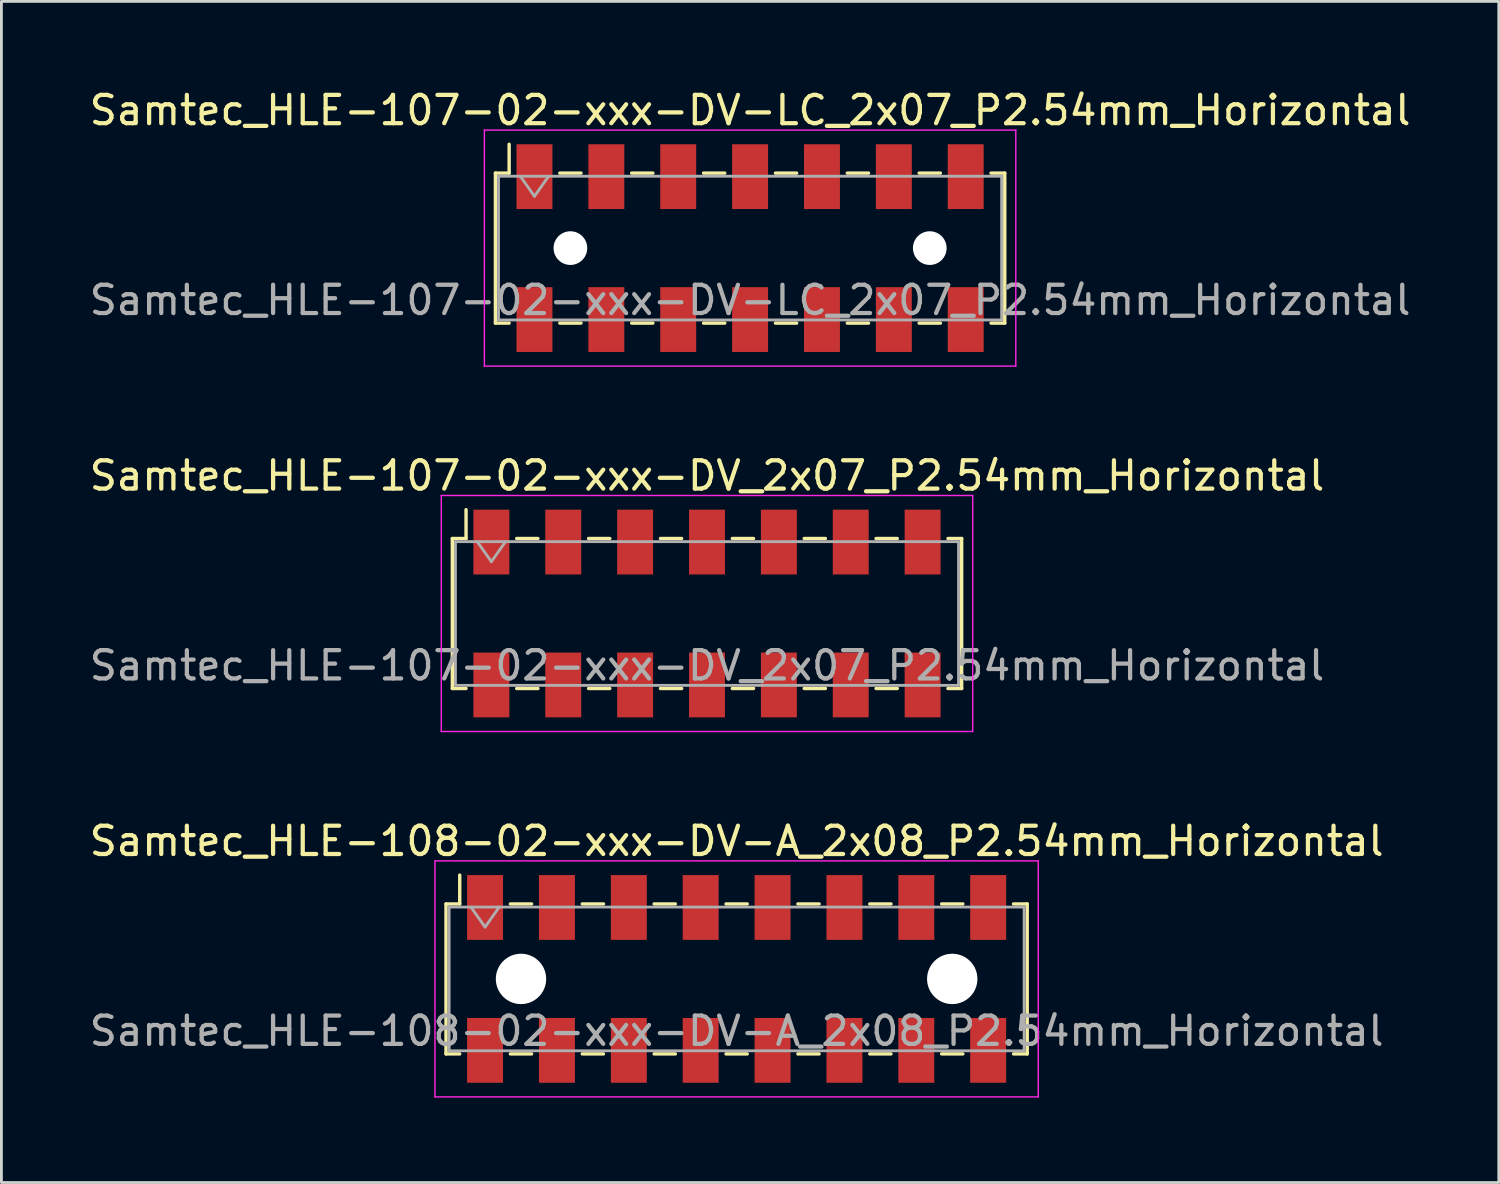
<source format=kicad_pcb>
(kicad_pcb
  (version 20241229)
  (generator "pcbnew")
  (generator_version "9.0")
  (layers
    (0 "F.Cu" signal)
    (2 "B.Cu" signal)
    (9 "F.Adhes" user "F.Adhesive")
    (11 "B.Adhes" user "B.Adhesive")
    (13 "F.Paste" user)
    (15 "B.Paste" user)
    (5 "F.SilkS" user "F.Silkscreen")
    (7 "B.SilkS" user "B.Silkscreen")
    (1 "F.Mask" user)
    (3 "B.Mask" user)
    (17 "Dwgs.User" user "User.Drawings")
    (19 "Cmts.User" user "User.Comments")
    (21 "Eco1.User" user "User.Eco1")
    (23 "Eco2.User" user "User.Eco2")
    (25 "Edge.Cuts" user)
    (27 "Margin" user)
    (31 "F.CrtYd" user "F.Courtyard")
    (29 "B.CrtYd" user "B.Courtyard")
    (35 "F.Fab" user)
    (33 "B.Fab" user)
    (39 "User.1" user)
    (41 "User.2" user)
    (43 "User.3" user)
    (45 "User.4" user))
  (footprint "Samtec_HLE-107-02-xxx-DV-LC_2x07_P2.54mm_Horizontal"
    (layer "F.Cu")
    (at 23.458 5.718)
    (property "Reference" "Samtec_HLE-107-02-xxx-DV-LC_2x07_P2.54mm_Horizontal" (at 0 -4.87 0) (layer "F.SilkS") (effects (font (size 1 1) (thickness 0.15))))
    (attr smd)
    (fp_line (start -9 -2.65) (end -9 2.65) (stroke (width 0.12) (type solid)) (layer "F.SilkS"))
    (fp_line (start -9 2.65) (end -8.515 2.65) (stroke (width 0.12) (type solid)) (layer "F.SilkS"))
    (fp_line (start -8.515 -3.67) (end -8.515 -2.65) (stroke (width 0.12) (type solid)) (layer "F.SilkS"))
    (fp_line (start -8.515 -2.65) (end -9 -2.65) (stroke (width 0.12) (type solid)) (layer "F.SilkS"))
    (fp_line (start -6.725 -2.65) (end -5.975 -2.65) (stroke (width 0.12) (type solid)) (layer "F.SilkS"))
    (fp_line (start -6.725 2.65) (end -5.975 2.65) (stroke (width 0.12) (type solid)) (layer "F.SilkS"))
    (fp_line (start -4.185 -2.65) (end -3.435 -2.65) (stroke (width 0.12) (type solid)) (layer "F.SilkS"))
    (fp_line (start -4.185 2.65) (end -3.435 2.65) (stroke (width 0.12) (type solid)) (layer "F.SilkS"))
    (fp_line (start -1.645 -2.65) (end -0.895 -2.65) (stroke (width 0.12) (type solid)) (layer "F.SilkS"))
    (fp_line (start -1.645 2.65) (end -0.895 2.65) (stroke (width 0.12) (type solid)) (layer "F.SilkS"))
    (fp_line (start 0.895 -2.65) (end 1.645 -2.65) (stroke (width 0.12) (type solid)) (layer "F.SilkS"))
    (fp_line (start 0.895 2.65) (end 1.645 2.65) (stroke (width 0.12) (type solid)) (layer "F.SilkS"))
    (fp_line (start 3.435 -2.65) (end 4.185 -2.65) (stroke (width 0.12) (type solid)) (layer "F.SilkS"))
    (fp_line (start 3.435 2.65) (end 4.185 2.65) (stroke (width 0.12) (type solid)) (layer "F.SilkS"))
    (fp_line (start 5.975 -2.65) (end 6.725 -2.65) (stroke (width 0.12) (type solid)) (layer "F.SilkS"))
    (fp_line (start 5.975 2.65) (end 6.725 2.65) (stroke (width 0.12) (type solid)) (layer "F.SilkS"))
    (fp_line (start 8.515 -2.65) (end 9 -2.65) (stroke (width 0.12) (type solid)) (layer "F.SilkS"))
    (fp_line (start 9 -2.65) (end 9 2.65) (stroke (width 0.12) (type solid)) (layer "F.SilkS"))
    (fp_line (start 9 2.65) (end 8.515 2.65) (stroke (width 0.12) (type solid)) (layer "F.SilkS"))
    (fp_line (start -9.39 -4.17) (end 9.39 -4.17) (stroke (width 0.05) (type solid)) (layer "F.CrtYd"))
    (fp_line (start -9.39 4.17) (end -9.39 -4.17) (stroke (width 0.05) (type solid)) (layer "F.CrtYd"))
    (fp_line (start 9.39 -4.17) (end 9.39 4.17) (stroke (width 0.05) (type solid)) (layer "F.CrtYd"))
    (fp_line (start 9.39 4.17) (end -9.39 4.17) (stroke (width 0.05) (type solid)) (layer "F.CrtYd"))
    (fp_line (start -8.89 -2.54) (end 8.89 -2.54) (stroke (width 0.1) (type solid)) (layer "F.Fab"))
    (fp_line (start -8.89 2.54) (end -8.89 -2.54) (stroke (width 0.1) (type solid)) (layer "F.Fab"))
    (fp_line (start -8.12 -2.54) (end -7.62 -1.833) (stroke (width 0.1) (type solid)) (layer "F.Fab"))
    (fp_line (start -7.62 -1.833) (end -7.12 -2.54) (stroke (width 0.1) (type solid)) (layer "F.Fab"))
    (fp_line (start 8.89 -2.54) (end 8.89 2.54) (stroke (width 0.1) (type solid)) (layer "F.Fab"))
    (fp_line (start 8.89 2.54) (end -8.89 2.54) (stroke (width 0.1) (type solid)) (layer "F.Fab"))
    (fp_text user "${REFERENCE}" (at 0 1.84 0) (layer "F.Fab") (effects (font (size 1 1) (thickness 0.15))))
    (pad "" np_thru_hole circle (at -6.35 0) (size 1.19 1.19) (drill 1.19) (layers "*.Cu" "*.Mask"))
    (pad "" np_thru_hole circle (at 6.35 0) (size 1.19 1.19) (drill 1.19) (layers "*.Cu" "*.Mask"))
    (pad "1" smd rect (at -7.62 -2.525) (size 1.27 2.29) (layers "F.Cu" "F.Mask" "F.Paste"))
    (pad "2" smd rect (at -7.62 2.525) (size 1.27 2.29) (layers "F.Cu" "F.Mask" "F.Paste"))
    (pad "3" smd rect (at -5.08 -2.525) (size 1.27 2.29) (layers "F.Cu" "F.Mask" "F.Paste"))
    (pad "4" smd rect (at -5.08 2.525) (size 1.27 2.29) (layers "F.Cu" "F.Mask" "F.Paste"))
    (pad "5" smd rect (at -2.54 -2.525) (size 1.27 2.29) (layers "F.Cu" "F.Mask" "F.Paste"))
    (pad "6" smd rect (at -2.54 2.525) (size 1.27 2.29) (layers "F.Cu" "F.Mask" "F.Paste"))
    (pad "7" smd rect (at 0 -2.525) (size 1.27 2.29) (layers "F.Cu" "F.Mask" "F.Paste"))
    (pad "8" smd rect (at 0 2.525) (size 1.27 2.29) (layers "F.Cu" "F.Mask" "F.Paste"))
    (pad "9" smd rect (at 2.54 -2.525) (size 1.27 2.29) (layers "F.Cu" "F.Mask" "F.Paste"))
    (pad "10" smd rect (at 2.54 2.525) (size 1.27 2.29) (layers "F.Cu" "F.Mask" "F.Paste"))
    (pad "11" smd rect (at 5.08 -2.525) (size 1.27 2.29) (layers "F.Cu" "F.Mask" "F.Paste"))
    (pad "12" smd rect (at 5.08 2.525) (size 1.27 2.29) (layers "F.Cu" "F.Mask" "F.Paste"))
    (pad "13" smd rect (at 7.62 -2.525) (size 1.27 2.29) (layers "F.Cu" "F.Mask" "F.Paste"))
    (pad "14" smd rect (at 7.62 2.525) (size 1.27 2.29) (layers "F.Cu" "F.Mask" "F.Paste")))
  (footprint "Samtec_HLE-107-02-xxx-DV_2x07_P2.54mm_Horizontal"
    (layer "F.Cu")
    (at 21.935 18.631)
    (property "Reference" "Samtec_HLE-107-02-xxx-DV_2x07_P2.54mm_Horizontal" (at 0 -4.87 0) (layer "F.SilkS") (effects (font (size 1 1) (thickness 0.15))))
    (attr smd)
    (fp_line (start -9 -2.65) (end -9 2.65) (stroke (width 0.12) (type solid)) (layer "F.SilkS"))
    (fp_line (start -9 2.65) (end -8.515 2.65) (stroke (width 0.12) (type solid)) (layer "F.SilkS"))
    (fp_line (start -8.515 -3.67) (end -8.515 -2.65) (stroke (width 0.12) (type solid)) (layer "F.SilkS"))
    (fp_line (start -8.515 -2.65) (end -9 -2.65) (stroke (width 0.12) (type solid)) (layer "F.SilkS"))
    (fp_line (start -6.725 -2.65) (end -5.975 -2.65) (stroke (width 0.12) (type solid)) (layer "F.SilkS"))
    (fp_line (start -6.725 2.65) (end -5.975 2.65) (stroke (width 0.12) (type solid)) (layer "F.SilkS"))
    (fp_line (start -4.185 -2.65) (end -3.435 -2.65) (stroke (width 0.12) (type solid)) (layer "F.SilkS"))
    (fp_line (start -4.185 2.65) (end -3.435 2.65) (stroke (width 0.12) (type solid)) (layer "F.SilkS"))
    (fp_line (start -1.645 -2.65) (end -0.895 -2.65) (stroke (width 0.12) (type solid)) (layer "F.SilkS"))
    (fp_line (start -1.645 2.65) (end -0.895 2.65) (stroke (width 0.12) (type solid)) (layer "F.SilkS"))
    (fp_line (start 0.895 -2.65) (end 1.645 -2.65) (stroke (width 0.12) (type solid)) (layer "F.SilkS"))
    (fp_line (start 0.895 2.65) (end 1.645 2.65) (stroke (width 0.12) (type solid)) (layer "F.SilkS"))
    (fp_line (start 3.435 -2.65) (end 4.185 -2.65) (stroke (width 0.12) (type solid)) (layer "F.SilkS"))
    (fp_line (start 3.435 2.65) (end 4.185 2.65) (stroke (width 0.12) (type solid)) (layer "F.SilkS"))
    (fp_line (start 5.975 -2.65) (end 6.725 -2.65) (stroke (width 0.12) (type solid)) (layer "F.SilkS"))
    (fp_line (start 5.975 2.65) (end 6.725 2.65) (stroke (width 0.12) (type solid)) (layer "F.SilkS"))
    (fp_line (start 8.515 -2.65) (end 9 -2.65) (stroke (width 0.12) (type solid)) (layer "F.SilkS"))
    (fp_line (start 9 -2.65) (end 9 2.65) (stroke (width 0.12) (type solid)) (layer "F.SilkS"))
    (fp_line (start 9 2.65) (end 8.515 2.65) (stroke (width 0.12) (type solid)) (layer "F.SilkS"))
    (fp_line (start -9.39 -4.17) (end 9.39 -4.17) (stroke (width 0.05) (type solid)) (layer "F.CrtYd"))
    (fp_line (start -9.39 4.17) (end -9.39 -4.17) (stroke (width 0.05) (type solid)) (layer "F.CrtYd"))
    (fp_line (start 9.39 -4.17) (end 9.39 4.17) (stroke (width 0.05) (type solid)) (layer "F.CrtYd"))
    (fp_line (start 9.39 4.17) (end -9.39 4.17) (stroke (width 0.05) (type solid)) (layer "F.CrtYd"))
    (fp_line (start -8.89 -2.54) (end 8.89 -2.54) (stroke (width 0.1) (type solid)) (layer "F.Fab"))
    (fp_line (start -8.89 2.54) (end -8.89 -2.54) (stroke (width 0.1) (type solid)) (layer "F.Fab"))
    (fp_line (start -8.12 -2.54) (end -7.62 -1.833) (stroke (width 0.1) (type solid)) (layer "F.Fab"))
    (fp_line (start -7.62 -1.833) (end -7.12 -2.54) (stroke (width 0.1) (type solid)) (layer "F.Fab"))
    (fp_line (start 8.89 -2.54) (end 8.89 2.54) (stroke (width 0.1) (type solid)) (layer "F.Fab"))
    (fp_line (start 8.89 2.54) (end -8.89 2.54) (stroke (width 0.1) (type solid)) (layer "F.Fab"))
    (fp_text user "${REFERENCE}" (at 0 1.84 0) (layer "F.Fab") (effects (font (size 1 1) (thickness 0.15))))
    (pad "1" smd rect (at -7.62 -2.525) (size 1.27 2.29) (layers "F.Cu" "F.Mask" "F.Paste"))
    (pad "2" smd rect (at -7.62 2.525) (size 1.27 2.29) (layers "F.Cu" "F.Mask" "F.Paste"))
    (pad "3" smd rect (at -5.08 -2.525) (size 1.27 2.29) (layers "F.Cu" "F.Mask" "F.Paste"))
    (pad "4" smd rect (at -5.08 2.525) (size 1.27 2.29) (layers "F.Cu" "F.Mask" "F.Paste"))
    (pad "5" smd rect (at -2.54 -2.525) (size 1.27 2.29) (layers "F.Cu" "F.Mask" "F.Paste"))
    (pad "6" smd rect (at -2.54 2.525) (size 1.27 2.29) (layers "F.Cu" "F.Mask" "F.Paste"))
    (pad "7" smd rect (at 0 -2.525) (size 1.27 2.29) (layers "F.Cu" "F.Mask" "F.Paste"))
    (pad "8" smd rect (at 0 2.525) (size 1.27 2.29) (layers "F.Cu" "F.Mask" "F.Paste"))
    (pad "9" smd rect (at 2.54 -2.525) (size 1.27 2.29) (layers "F.Cu" "F.Mask" "F.Paste"))
    (pad "10" smd rect (at 2.54 2.525) (size 1.27 2.29) (layers "F.Cu" "F.Mask" "F.Paste"))
    (pad "11" smd rect (at 5.08 -2.525) (size 1.27 2.29) (layers "F.Cu" "F.Mask" "F.Paste"))
    (pad "12" smd rect (at 5.08 2.525) (size 1.27 2.29) (layers "F.Cu" "F.Mask" "F.Paste"))
    (pad "13" smd rect (at 7.62 -2.525) (size 1.27 2.29) (layers "F.Cu" "F.Mask" "F.Paste"))
    (pad "14" smd rect (at 7.62 2.525) (size 1.27 2.29) (layers "F.Cu" "F.Mask" "F.Paste")))
  (footprint "Samtec_HLE-108-02-xxx-DV-A_2x08_P2.54mm_Horizontal"
    (layer "F.Cu")
    (at 22.982 31.545)
    (property "Reference" "Samtec_HLE-108-02-xxx-DV-A_2x08_P2.54mm_Horizontal" (at 0 -4.87 0) (layer "F.SilkS") (effects (font (size 1 1) (thickness 0.15))))
    (attr smd)
    (fp_line (start -10.27 -2.65) (end -10.27 2.65) (stroke (width 0.12) (type solid)) (layer "F.SilkS"))
    (fp_line (start -10.27 2.65) (end -9.785 2.65) (stroke (width 0.12) (type solid)) (layer "F.SilkS"))
    (fp_line (start -9.785 -3.67) (end -9.785 -2.65) (stroke (width 0.12) (type solid)) (layer "F.SilkS"))
    (fp_line (start -9.785 -2.65) (end -10.27 -2.65) (stroke (width 0.12) (type solid)) (layer "F.SilkS"))
    (fp_line (start -7.995 -2.65) (end -7.245 -2.65) (stroke (width 0.12) (type solid)) (layer "F.SilkS"))
    (fp_line (start -7.995 2.65) (end -7.245 2.65) (stroke (width 0.12) (type solid)) (layer "F.SilkS"))
    (fp_line (start -5.455 -2.65) (end -4.705 -2.65) (stroke (width 0.12) (type solid)) (layer "F.SilkS"))
    (fp_line (start -5.455 2.65) (end -4.705 2.65) (stroke (width 0.12) (type solid)) (layer "F.SilkS"))
    (fp_line (start -2.915 -2.65) (end -2.165 -2.65) (stroke (width 0.12) (type solid)) (layer "F.SilkS"))
    (fp_line (start -2.915 2.65) (end -2.165 2.65) (stroke (width 0.12) (type solid)) (layer "F.SilkS"))
    (fp_line (start -0.375 -2.65) (end 0.375 -2.65) (stroke (width 0.12) (type solid)) (layer "F.SilkS"))
    (fp_line (start -0.375 2.65) (end 0.375 2.65) (stroke (width 0.12) (type solid)) (layer "F.SilkS"))
    (fp_line (start 2.165 -2.65) (end 2.915 -2.65) (stroke (width 0.12) (type solid)) (layer "F.SilkS"))
    (fp_line (start 2.165 2.65) (end 2.915 2.65) (stroke (width 0.12) (type solid)) (layer "F.SilkS"))
    (fp_line (start 4.705 -2.65) (end 5.455 -2.65) (stroke (width 0.12) (type solid)) (layer "F.SilkS"))
    (fp_line (start 4.705 2.65) (end 5.455 2.65) (stroke (width 0.12) (type solid)) (layer "F.SilkS"))
    (fp_line (start 7.245 -2.65) (end 7.995 -2.65) (stroke (width 0.12) (type solid)) (layer "F.SilkS"))
    (fp_line (start 7.245 2.65) (end 7.995 2.65) (stroke (width 0.12) (type solid)) (layer "F.SilkS"))
    (fp_line (start 9.785 -2.65) (end 10.27 -2.65) (stroke (width 0.12) (type solid)) (layer "F.SilkS"))
    (fp_line (start 10.27 -2.65) (end 10.27 2.65) (stroke (width 0.12) (type solid)) (layer "F.SilkS"))
    (fp_line (start 10.27 2.65) (end 9.785 2.65) (stroke (width 0.12) (type solid)) (layer "F.SilkS"))
    (fp_line (start -10.66 -4.17) (end 10.66 -4.17) (stroke (width 0.05) (type solid)) (layer "F.CrtYd"))
    (fp_line (start -10.66 4.17) (end -10.66 -4.17) (stroke (width 0.05) (type solid)) (layer "F.CrtYd"))
    (fp_line (start 10.66 -4.17) (end 10.66 4.17) (stroke (width 0.05) (type solid)) (layer "F.CrtYd"))
    (fp_line (start 10.66 4.17) (end -10.66 4.17) (stroke (width 0.05) (type solid)) (layer "F.CrtYd"))
    (fp_line (start -10.16 -2.54) (end 10.16 -2.54) (stroke (width 0.1) (type solid)) (layer "F.Fab"))
    (fp_line (start -10.16 2.54) (end -10.16 -2.54) (stroke (width 0.1) (type solid)) (layer "F.Fab"))
    (fp_line (start -9.39 -2.54) (end -8.89 -1.833) (stroke (width 0.1) (type solid)) (layer "F.Fab"))
    (fp_line (start -8.89 -1.833) (end -8.39 -2.54) (stroke (width 0.1) (type solid)) (layer "F.Fab"))
    (fp_line (start 10.16 -2.54) (end 10.16 2.54) (stroke (width 0.1) (type solid)) (layer "F.Fab"))
    (fp_line (start 10.16 2.54) (end -10.16 2.54) (stroke (width 0.1) (type solid)) (layer "F.Fab"))
    (fp_text user "${REFERENCE}" (at 0 1.84 0) (layer "F.Fab") (effects (font (size 1 1) (thickness 0.15))))
    (pad "" np_thru_hole circle (at -7.62 0) (size 1.78 1.78) (drill 1.78) (layers "*.Cu" "*.Mask"))
    (pad "" np_thru_hole circle (at 7.62 0) (size 1.78 1.78) (drill 1.78) (layers "*.Cu" "*.Mask"))
    (pad "1" smd rect (at -8.89 -2.525) (size 1.27 2.29) (layers "F.Cu" "F.Mask" "F.Paste"))
    (pad "2" smd rect (at -8.89 2.525) (size 1.27 2.29) (layers "F.Cu" "F.Mask" "F.Paste"))
    (pad "3" smd rect (at -6.35 -2.525) (size 1.27 2.29) (layers "F.Cu" "F.Mask" "F.Paste"))
    (pad "4" smd rect (at -6.35 2.525) (size 1.27 2.29) (layers "F.Cu" "F.Mask" "F.Paste"))
    (pad "5" smd rect (at -3.81 -2.525) (size 1.27 2.29) (layers "F.Cu" "F.Mask" "F.Paste"))
    (pad "6" smd rect (at -3.81 2.525) (size 1.27 2.29) (layers "F.Cu" "F.Mask" "F.Paste"))
    (pad "7" smd rect (at -1.27 -2.525) (size 1.27 2.29) (layers "F.Cu" "F.Mask" "F.Paste"))
    (pad "8" smd rect (at -1.27 2.525) (size 1.27 2.29) (layers "F.Cu" "F.Mask" "F.Paste"))
    (pad "9" smd rect (at 1.27 -2.525) (size 1.27 2.29) (layers "F.Cu" "F.Mask" "F.Paste"))
    (pad "10" smd rect (at 1.27 2.525) (size 1.27 2.29) (layers "F.Cu" "F.Mask" "F.Paste"))
    (pad "11" smd rect (at 3.81 -2.525) (size 1.27 2.29) (layers "F.Cu" "F.Mask" "F.Paste"))
    (pad "12" smd rect (at 3.81 2.525) (size 1.27 2.29) (layers "F.Cu" "F.Mask" "F.Paste"))
    (pad "13" smd rect (at 6.35 -2.525) (size 1.27 2.29) (layers "F.Cu" "F.Mask" "F.Paste"))
    (pad "14" smd rect (at 6.35 2.525) (size 1.27 2.29) (layers "F.Cu" "F.Mask" "F.Paste"))
    (pad "15" smd rect (at 8.89 -2.525) (size 1.27 2.29) (layers "F.Cu" "F.Mask" "F.Paste"))
    (pad "16" smd rect (at 8.89 2.525) (size 1.27 2.29) (layers "F.Cu" "F.Mask" "F.Paste")))
  (gr_rect
    (start -3 -3)
    (end 49.917 38.74)
    (stroke (width 0.1) (type default))
    (fill no)
    (layer "Edge.Cuts")))
</source>
